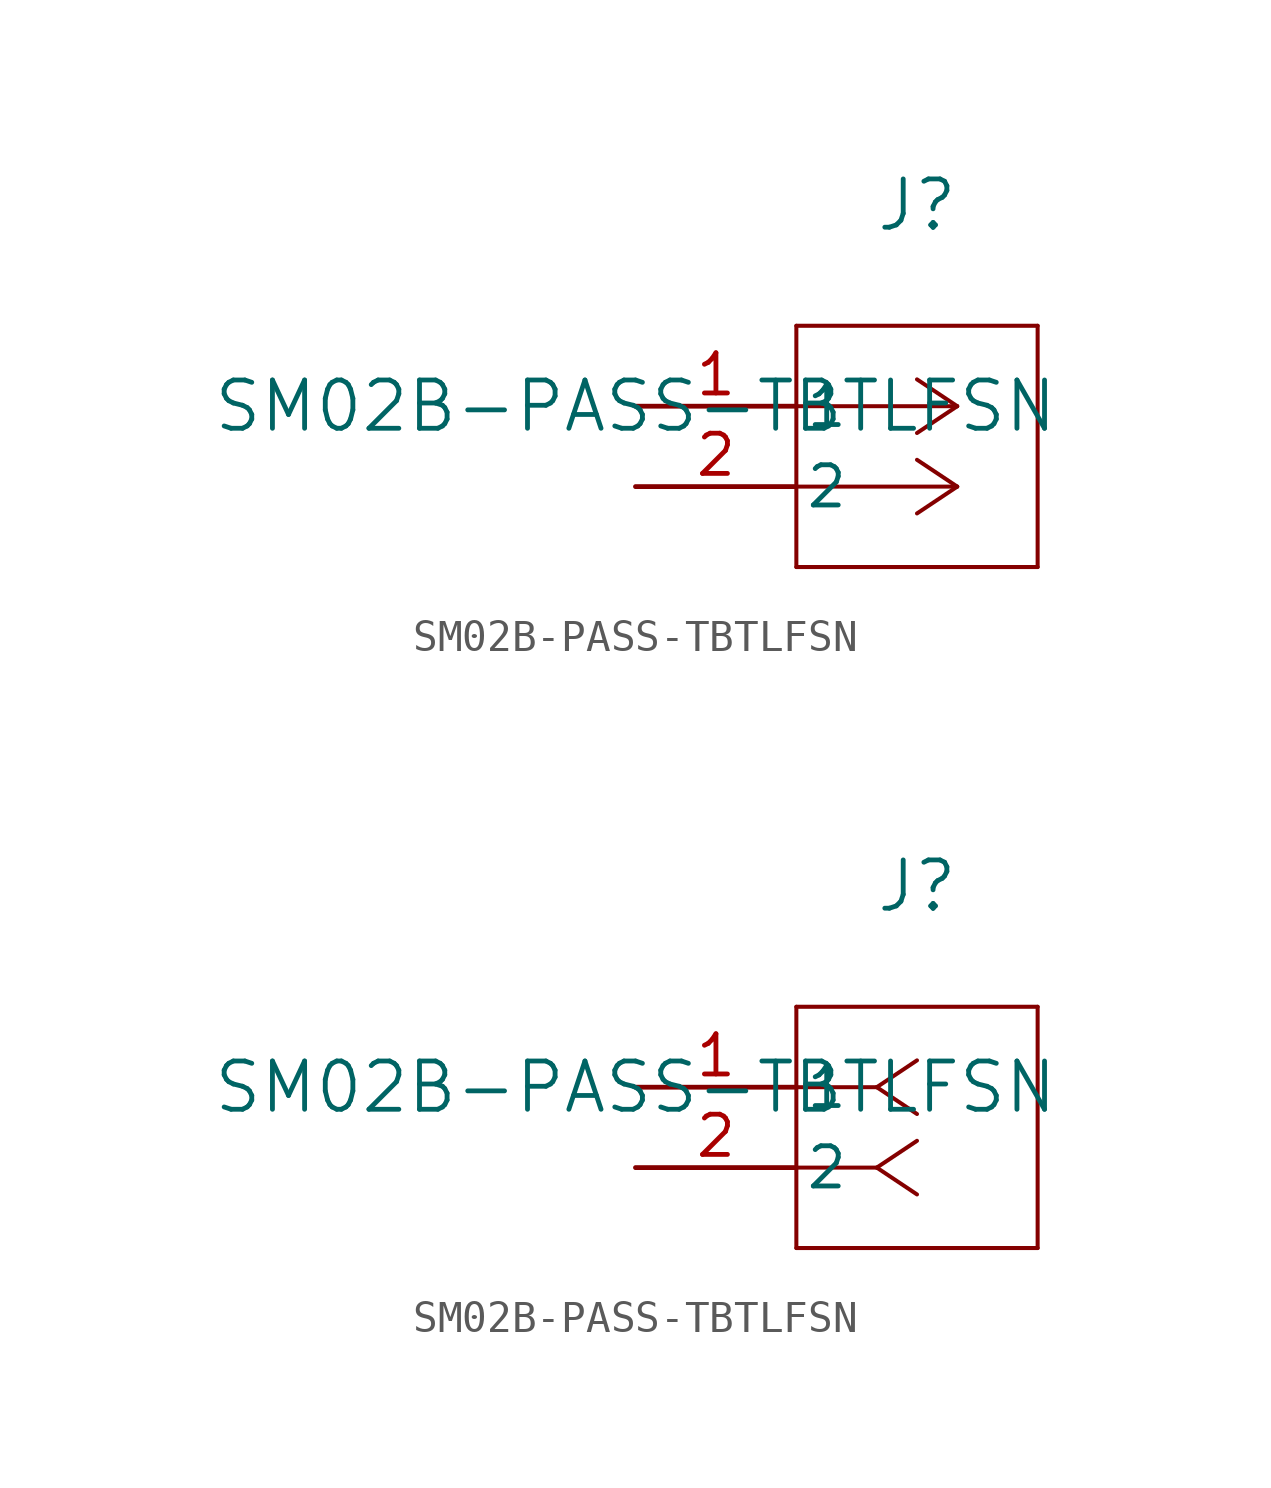
<source format=kicad_sym>
(kicad_symbol_lib
  (version 20211014)
  (generator kicad_symbol_editor)
  (symbol "SM02B-PASS-TBTLFSN"
    (pin_names
      (offset 0.254))
    (property "Reference" "J"
      (at 8.89 6.35 0)
      (effects (font (size 1.524 1.524))))
    (property "Value" "SM02B-PASS-TBTLFSN"
      (at 0 0 0)
      (effects (font (size 1.524 1.524))))
    (symbol "SM02B-PASS-TBTLFSN_1_1"
      (polyline (pts (xy 10.16 0) (xy 5.08 0)) (stroke (width 0.127) (type default) (color 0 0 0 0)) (fill (type none)))
      (polyline (pts (xy 10.16 -2.54) (xy 5.08 -2.54)) (stroke (width 0.127) (type default) (color 0 0 0 0)) (fill (type none)))
      (polyline (pts (xy 10.16 0) (xy 8.89 0.847)) (stroke (width 0.127) (type default) (color 0 0 0 0)) (fill (type none)))
      (polyline (pts (xy 10.16 -2.54) (xy 8.89 -1.693)) (stroke (width 0.127) (type default) (color 0 0 0 0)) (fill (type none)))
      (polyline (pts (xy 10.16 0) (xy 8.89 -0.847)) (stroke (width 0.127) (type default) (color 0 0 0 0)) (fill (type none)))
      (polyline (pts (xy 10.16 -2.54) (xy 8.89 -3.387)) (stroke (width 0.127) (type default) (color 0 0 0 0)) (fill (type none)))
      (polyline (pts (xy 5.08 2.54) (xy 5.08 -5.08)) (stroke (width 0.127) (type default) (color 0 0 0 0)) (fill (type none)))
      (polyline (pts (xy 5.08 -5.08) (xy 12.7 -5.08)) (stroke (width 0.127) (type default) (color 0 0 0 0)) (fill (type none)))
      (polyline (pts (xy 12.7 -5.08) (xy 12.7 2.54)) (stroke (width 0.127) (type default) (color 0 0 0 0)) (fill (type none)))
      (polyline (pts (xy 12.7 2.54) (xy 5.08 2.54)) (stroke (width 0.127) (type default) (color 0 0 0 0)) (fill (type none)))
      (pin unspecified line (at 0 0 0) (length 5.08) (name "1" (effects (font (size 1.27 1.27)))) (number "1" (effects (font (size 1.27 1.27)))))
      (pin unspecified line (at 0 -2.54 0) (length 5.08) (name "2" (effects (font (size 1.27 1.27)))) (number "2" (effects (font (size 1.27 1.27))))))
    (symbol "SM02B-PASS-TBTLFSN_1_2"
      (polyline (pts (xy 7.62 0) (xy 5.08 0)) (stroke (width 0.127) (type default) (color 0 0 0 0)) (fill (type none)))
      (polyline (pts (xy 7.62 -2.54) (xy 5.08 -2.54)) (stroke (width 0.127) (type default) (color 0 0 0 0)) (fill (type none)))
      (polyline (pts (xy 7.62 0) (xy 8.89 0.847)) (stroke (width 0.127) (type default) (color 0 0 0 0)) (fill (type none)))
      (polyline (pts (xy 7.62 -2.54) (xy 8.89 -1.693)) (stroke (width 0.127) (type default) (color 0 0 0 0)) (fill (type none)))
      (polyline (pts (xy 7.62 0) (xy 8.89 -0.847)) (stroke (width 0.127) (type default) (color 0 0 0 0)) (fill (type none)))
      (polyline (pts (xy 7.62 -2.54) (xy 8.89 -3.387)) (stroke (width 0.127) (type default) (color 0 0 0 0)) (fill (type none)))
      (polyline (pts (xy 5.08 2.54) (xy 5.08 -5.08)) (stroke (width 0.127) (type default) (color 0 0 0 0)) (fill (type none)))
      (polyline (pts (xy 5.08 -5.08) (xy 12.7 -5.08)) (stroke (width 0.127) (type default) (color 0 0 0 0)) (fill (type none)))
      (polyline (pts (xy 12.7 -5.08) (xy 12.7 2.54)) (stroke (width 0.127) (type default) (color 0 0 0 0)) (fill (type none)))
      (polyline (pts (xy 12.7 2.54) (xy 5.08 2.54)) (stroke (width 0.127) (type default) (color 0 0 0 0)) (fill (type none)))
      (pin unspecified line (at 0 0 0) (length 5.08) (name "1" (effects (font (size 1.27 1.27)))) (number "1" (effects (font (size 1.27 1.27)))))
      (pin unspecified line (at 0 -2.54 0) (length 5.08) (name "2" (effects (font (size 1.27 1.27)))) (number "2" (effects (font (size 1.27 1.27))))))))
</source>
